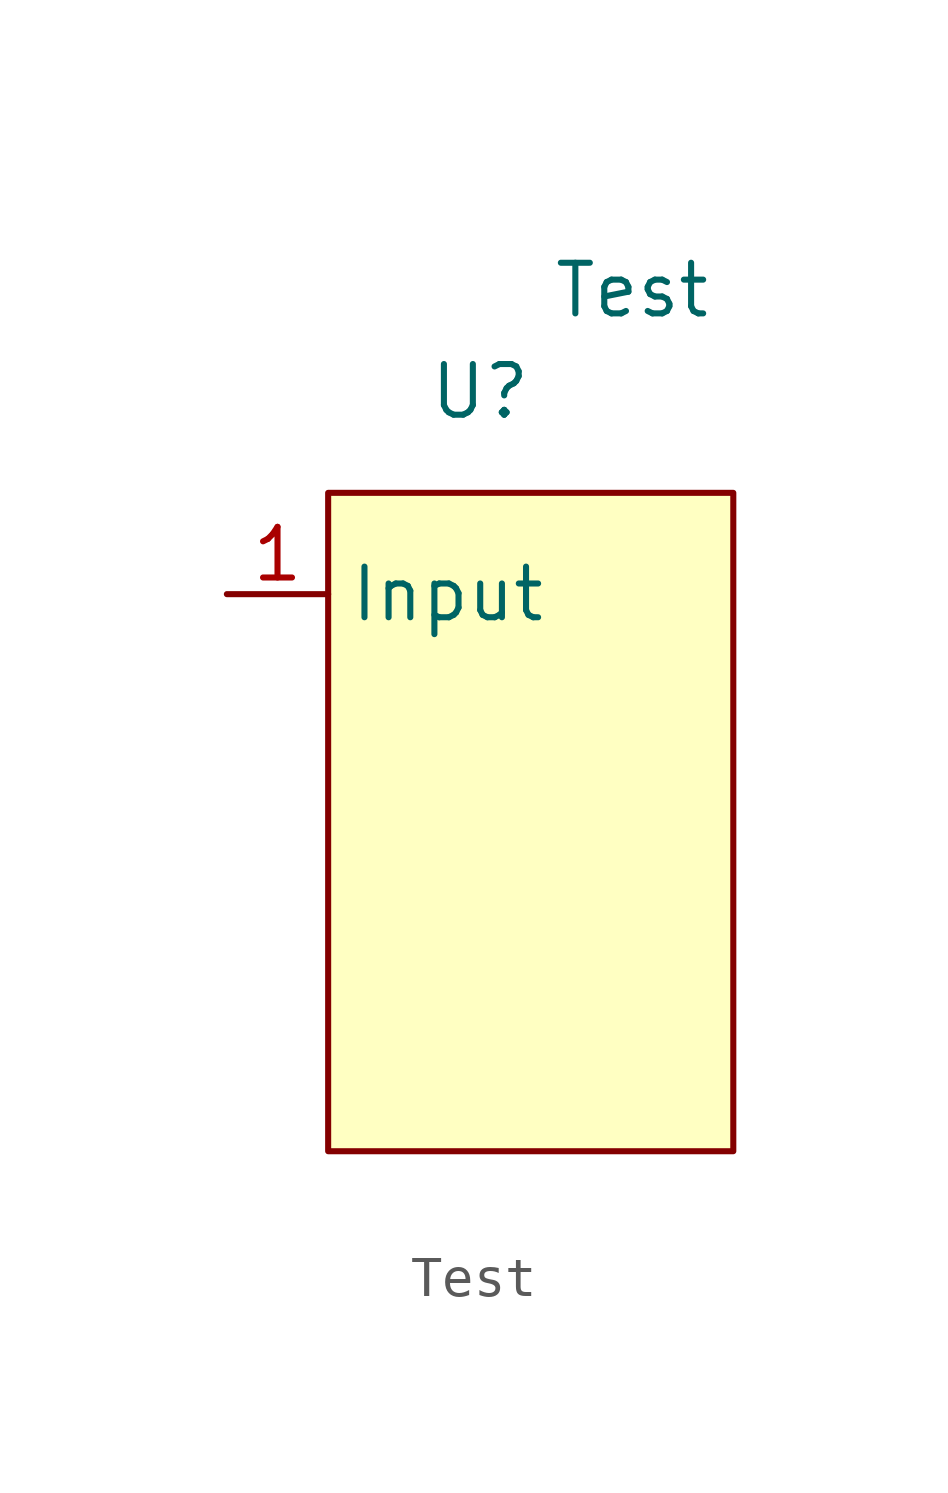
<source format=kicad_sym>
(kicad_symbol_lib
  (version 20211014)
  (generator kicad_symbol_editor)
  (symbol "Test"
    (property "Reference" "U"
      (at 3.81 2.54 0)
      (effects (font (size 1.27 1.27))))
    (property "Value" "Test"
      (at 7.62 5.08 0)
      (effects (font (size 1.27 1.27))))
    (symbol "Test_0_1"
      (rectangle (start 0 0) (end 10.16 -16.51) (stroke (width 0.152) (type default) (color 0 0 0 0)) (fill (type background))))
    (symbol "Test_1_1"
      (pin input line (at -2.54 -2.54 0) (length 2.54) (name "Input" (effects (font (size 1.27 1.27)))) (number "1" (effects (font (size 1.27 1.27))))))))
</source>
